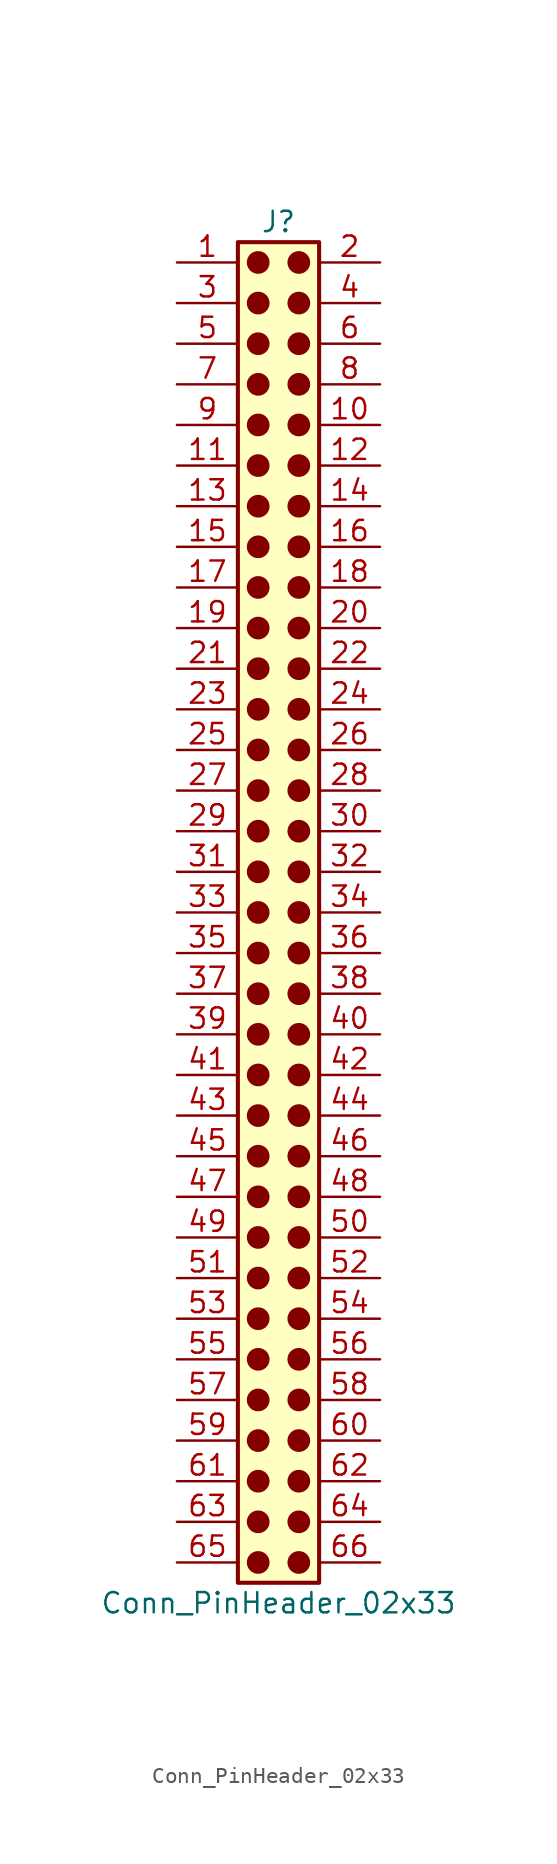
<source format=kicad_sym>
(kicad_symbol_lib
  (version 20241209)
  (generator "kicad_symbol_editor")
  (generator_version "9.0")
  (symbol "Conn_PinHeader_02x33"
    (pin_names
      (offset 1.016)
      (hide yes))
    (property "Reference" "J"
      (at 1.27 43.18 0)
      (effects (font (size 1.27 1.27))))
    (property "Value" "Conn_PinHeader_02x33"
      (at 1.27 -43.18 0)
      (effects (font (size 1.27 1.27))))
    (symbol "Conn_PinHeader_02x33_1_1"
      (rectangle (start -1.27 41.91) (end 3.81 -41.91) (stroke (width 0.254) (type default)) (fill (type background)))
      (circle (center 0 40.64) (radius 0.635) (stroke (width 0) (type solid) (color 132 0 0 1)) (fill (type outline)))
      (circle (center 0 38.1) (radius 0.635) (stroke (width 0) (type solid) (color 132 0 0 1)) (fill (type outline)))
      (circle (center 0 35.56) (radius 0.635) (stroke (width 0) (type solid) (color 132 0 0 1)) (fill (type outline)))
      (circle (center 0 33.02) (radius 0.635) (stroke (width 0) (type solid) (color 132 0 0 1)) (fill (type outline)))
      (circle (center 0 30.48) (radius 0.635) (stroke (width 0) (type solid) (color 132 0 0 1)) (fill (type outline)))
      (circle (center 0 27.94) (radius 0.635) (stroke (width 0) (type solid) (color 132 0 0 1)) (fill (type outline)))
      (circle (center 0 25.4) (radius 0.635) (stroke (width 0) (type solid) (color 132 0 0 1)) (fill (type outline)))
      (circle (center 0 22.86) (radius 0.635) (stroke (width 0) (type solid) (color 132 0 0 1)) (fill (type outline)))
      (circle (center 0 20.32) (radius 0.635) (stroke (width 0) (type solid) (color 132 0 0 1)) (fill (type outline)))
      (circle (center 0 17.78) (radius 0.635) (stroke (width 0) (type solid) (color 132 0 0 1)) (fill (type outline)))
      (circle (center 0 15.24) (radius 0.635) (stroke (width 0) (type solid) (color 132 0 0 1)) (fill (type outline)))
      (circle (center 0 12.7) (radius 0.635) (stroke (width 0) (type solid) (color 132 0 0 1)) (fill (type outline)))
      (circle (center 0 10.16) (radius 0.635) (stroke (width 0) (type solid) (color 132 0 0 1)) (fill (type outline)))
      (circle (center 0 7.62) (radius 0.635) (stroke (width 0) (type solid) (color 132 0 0 1)) (fill (type outline)))
      (circle (center 0 5.08) (radius 0.635) (stroke (width 0) (type solid) (color 132 0 0 1)) (fill (type outline)))
      (circle (center 0 2.54) (radius 0.635) (stroke (width 0) (type solid) (color 132 0 0 1)) (fill (type outline)))
      (circle (center 0 0) (radius 0.635) (stroke (width 0) (type solid) (color 132 0 0 1)) (fill (type outline)))
      (circle (center 0 -2.54) (radius 0.635) (stroke (width 0) (type solid) (color 132 0 0 1)) (fill (type outline)))
      (circle (center 0 -5.08) (radius 0.635) (stroke (width 0) (type solid) (color 132 0 0 1)) (fill (type outline)))
      (circle (center 0 -7.62) (radius 0.635) (stroke (width 0) (type solid) (color 132 0 0 1)) (fill (type outline)))
      (circle (center 0 -10.16) (radius 0.635) (stroke (width 0) (type solid) (color 132 0 0 1)) (fill (type outline)))
      (circle (center 0 -12.7) (radius 0.635) (stroke (width 0) (type solid) (color 132 0 0 1)) (fill (type outline)))
      (circle (center 0 -15.24) (radius 0.635) (stroke (width 0) (type solid) (color 132 0 0 1)) (fill (type outline)))
      (circle (center 0 -17.78) (radius 0.635) (stroke (width 0) (type solid) (color 132 0 0 1)) (fill (type outline)))
      (circle (center 0 -20.32) (radius 0.635) (stroke (width 0) (type solid) (color 132 0 0 1)) (fill (type outline)))
      (circle (center 0 -22.86) (radius 0.635) (stroke (width 0) (type solid) (color 132 0 0 1)) (fill (type outline)))
      (circle (center 0 -25.4) (radius 0.635) (stroke (width 0) (type solid) (color 132 0 0 1)) (fill (type outline)))
      (circle (center 0 -27.94) (radius 0.635) (stroke (width 0) (type solid) (color 132 0 0 1)) (fill (type outline)))
      (circle (center 0 -30.48) (radius 0.635) (stroke (width 0) (type solid) (color 132 0 0 1)) (fill (type outline)))
      (circle (center 0 -33.02) (radius 0.635) (stroke (width 0) (type solid) (color 132 0 0 1)) (fill (type outline)))
      (circle (center 0 -35.56) (radius 0.635) (stroke (width 0) (type solid) (color 132 0 0 1)) (fill (type outline)))
      (circle (center 0 -38.1) (radius 0.635) (stroke (width 0) (type solid) (color 132 0 0 1)) (fill (type outline)))
      (circle (center 0 -40.64) (radius 0.635) (stroke (width 0) (type solid) (color 132 0 0 1)) (fill (type outline)))
      (circle (center 2.54 40.64) (radius 0.635) (stroke (width 0) (type solid) (color 132 0 0 1)) (fill (type outline)))
      (circle (center 2.54 38.1) (radius 0.635) (stroke (width 0) (type solid) (color 132 0 0 1)) (fill (type outline)))
      (circle (center 2.54 35.56) (radius 0.635) (stroke (width 0) (type solid) (color 132 0 0 1)) (fill (type outline)))
      (circle (center 2.54 33.02) (radius 0.635) (stroke (width 0) (type solid) (color 132 0 0 1)) (fill (type outline)))
      (circle (center 2.54 30.48) (radius 0.635) (stroke (width 0) (type solid) (color 132 0 0 1)) (fill (type outline)))
      (circle (center 2.54 27.94) (radius 0.635) (stroke (width 0) (type solid) (color 132 0 0 1)) (fill (type outline)))
      (circle (center 2.54 25.4) (radius 0.635) (stroke (width 0) (type solid) (color 132 0 0 1)) (fill (type outline)))
      (circle (center 2.54 22.86) (radius 0.635) (stroke (width 0) (type solid) (color 132 0 0 1)) (fill (type outline)))
      (circle (center 2.54 20.32) (radius 0.635) (stroke (width 0) (type solid) (color 132 0 0 1)) (fill (type outline)))
      (circle (center 2.54 17.78) (radius 0.635) (stroke (width 0) (type solid) (color 132 0 0 1)) (fill (type outline)))
      (circle (center 2.54 15.24) (radius 0.635) (stroke (width 0) (type solid) (color 132 0 0 1)) (fill (type outline)))
      (circle (center 2.54 12.7) (radius 0.635) (stroke (width 0) (type solid) (color 132 0 0 1)) (fill (type outline)))
      (circle (center 2.54 10.16) (radius 0.635) (stroke (width 0) (type solid) (color 132 0 0 1)) (fill (type outline)))
      (circle (center 2.54 7.62) (radius 0.635) (stroke (width 0) (type solid) (color 132 0 0 1)) (fill (type outline)))
      (circle (center 2.54 5.08) (radius 0.635) (stroke (width 0) (type solid) (color 132 0 0 1)) (fill (type outline)))
      (circle (center 2.54 2.54) (radius 0.635) (stroke (width 0) (type solid) (color 132 0 0 1)) (fill (type outline)))
      (circle (center 2.54 0) (radius 0.635) (stroke (width 0) (type solid) (color 132 0 0 1)) (fill (type outline)))
      (circle (center 2.54 -2.54) (radius 0.635) (stroke (width 0) (type solid) (color 132 0 0 1)) (fill (type outline)))
      (circle (center 2.54 -5.08) (radius 0.635) (stroke (width 0) (type solid) (color 132 0 0 1)) (fill (type outline)))
      (circle (center 2.54 -7.62) (radius 0.635) (stroke (width 0) (type solid) (color 132 0 0 1)) (fill (type outline)))
      (circle (center 2.54 -10.16) (radius 0.635) (stroke (width 0) (type solid) (color 132 0 0 1)) (fill (type outline)))
      (circle (center 2.54 -12.7) (radius 0.635) (stroke (width 0) (type solid) (color 132 0 0 1)) (fill (type outline)))
      (circle (center 2.54 -15.24) (radius 0.635) (stroke (width 0) (type solid) (color 132 0 0 1)) (fill (type outline)))
      (circle (center 2.54 -17.78) (radius 0.635) (stroke (width 0) (type solid) (color 132 0 0 1)) (fill (type outline)))
      (circle (center 2.54 -20.32) (radius 0.635) (stroke (width 0) (type solid) (color 132 0 0 1)) (fill (type outline)))
      (circle (center 2.54 -22.86) (radius 0.635) (stroke (width 0) (type solid) (color 132 0 0 1)) (fill (type outline)))
      (circle (center 2.54 -25.4) (radius 0.635) (stroke (width 0) (type solid) (color 132 0 0 1)) (fill (type outline)))
      (circle (center 2.54 -27.94) (radius 0.635) (stroke (width 0) (type solid) (color 132 0 0 1)) (fill (type outline)))
      (circle (center 2.54 -30.48) (radius 0.635) (stroke (width 0) (type solid) (color 132 0 0 1)) (fill (type outline)))
      (circle (center 2.54 -33.02) (radius 0.635) (stroke (width 0) (type solid) (color 132 0 0 1)) (fill (type outline)))
      (circle (center 2.54 -35.56) (radius 0.635) (stroke (width 0) (type solid) (color 132 0 0 1)) (fill (type outline)))
      (circle (center 2.54 -38.1) (radius 0.635) (stroke (width 0) (type solid) (color 132 0 0 1)) (fill (type outline)))
      (circle (center 2.54 -40.64) (radius 0.635) (stroke (width 0) (type solid) (color 132 0 0 1)) (fill (type outline)))
      (pin passive line (at -5.08 40.64 0) (length 3.81) (name "Pin_1" (effects (font (size 1.27 1.27)))) (number "1" (effects (font (size 1.27 1.27)))))
      (pin passive line (at -5.08 38.1 0) (length 3.81) (name "Pin_3" (effects (font (size 1.27 1.27)))) (number "3" (effects (font (size 1.27 1.27)))))
      (pin passive line (at -5.08 35.56 0) (length 3.81) (name "Pin_5" (effects (font (size 1.27 1.27)))) (number "5" (effects (font (size 1.27 1.27)))))
      (pin passive line (at -5.08 33.02 0) (length 3.81) (name "Pin_7" (effects (font (size 1.27 1.27)))) (number "7" (effects (font (size 1.27 1.27)))))
      (pin passive line (at -5.08 30.48 0) (length 3.81) (name "Pin_9" (effects (font (size 1.27 1.27)))) (number "9" (effects (font (size 1.27 1.27)))))
      (pin passive line (at -5.08 27.94 0) (length 3.81) (name "Pin_11" (effects (font (size 1.27 1.27)))) (number "11" (effects (font (size 1.27 1.27)))))
      (pin passive line (at -5.08 25.4 0) (length 3.81) (name "Pin_13" (effects (font (size 1.27 1.27)))) (number "13" (effects (font (size 1.27 1.27)))))
      (pin passive line (at -5.08 22.86 0) (length 3.81) (name "Pin_15" (effects (font (size 1.27 1.27)))) (number "15" (effects (font (size 1.27 1.27)))))
      (pin passive line (at -5.08 20.32 0) (length 3.81) (name "Pin_17" (effects (font (size 1.27 1.27)))) (number "17" (effects (font (size 1.27 1.27)))))
      (pin passive line (at -5.08 17.78 0) (length 3.81) (name "Pin_19" (effects (font (size 1.27 1.27)))) (number "19" (effects (font (size 1.27 1.27)))))
      (pin passive line (at -5.08 15.24 0) (length 3.81) (name "Pin_21" (effects (font (size 1.27 1.27)))) (number "21" (effects (font (size 1.27 1.27)))))
      (pin passive line (at -5.08 12.7 0) (length 3.81) (name "Pin_23" (effects (font (size 1.27 1.27)))) (number "23" (effects (font (size 1.27 1.27)))))
      (pin passive line (at -5.08 10.16 0) (length 3.81) (name "Pin_25" (effects (font (size 1.27 1.27)))) (number "25" (effects (font (size 1.27 1.27)))))
      (pin passive line (at -5.08 7.62 0) (length 3.81) (name "Pin_27" (effects (font (size 1.27 1.27)))) (number "27" (effects (font (size 1.27 1.27)))))
      (pin passive line (at -5.08 5.08 0) (length 3.81) (name "Pin_29" (effects (font (size 1.27 1.27)))) (number "29" (effects (font (size 1.27 1.27)))))
      (pin passive line (at -5.08 2.54 0) (length 3.81) (name "Pin_31" (effects (font (size 1.27 1.27)))) (number "31" (effects (font (size 1.27 1.27)))))
      (pin passive line (at -5.08 0 0) (length 3.81) (name "Pin_33" (effects (font (size 1.27 1.27)))) (number "33" (effects (font (size 1.27 1.27)))))
      (pin passive line (at -5.08 -2.54 0) (length 3.81) (name "Pin_35" (effects (font (size 1.27 1.27)))) (number "35" (effects (font (size 1.27 1.27)))))
      (pin passive line (at -5.08 -5.08 0) (length 3.81) (name "Pin_37" (effects (font (size 1.27 1.27)))) (number "37" (effects (font (size 1.27 1.27)))))
      (pin passive line (at -5.08 -7.62 0) (length 3.81) (name "Pin_39" (effects (font (size 1.27 1.27)))) (number "39" (effects (font (size 1.27 1.27)))))
      (pin passive line (at -5.08 -10.16 0) (length 3.81) (name "Pin_41" (effects (font (size 1.27 1.27)))) (number "41" (effects (font (size 1.27 1.27)))))
      (pin passive line (at -5.08 -12.7 0) (length 3.81) (name "Pin_43" (effects (font (size 1.27 1.27)))) (number "43" (effects (font (size 1.27 1.27)))))
      (pin passive line (at -5.08 -15.24 0) (length 3.81) (name "Pin_45" (effects (font (size 1.27 1.27)))) (number "45" (effects (font (size 1.27 1.27)))))
      (pin passive line (at -5.08 -17.78 0) (length 3.81) (name "Pin_47" (effects (font (size 1.27 1.27)))) (number "47" (effects (font (size 1.27 1.27)))))
      (pin passive line (at -5.08 -20.32 0) (length 3.81) (name "Pin_49" (effects (font (size 1.27 1.27)))) (number "49" (effects (font (size 1.27 1.27)))))
      (pin passive line (at -5.08 -22.86 0) (length 3.81) (name "Pin_51" (effects (font (size 1.27 1.27)))) (number "51" (effects (font (size 1.27 1.27)))))
      (pin passive line (at -5.08 -25.4 0) (length 3.81) (name "Pin_53" (effects (font (size 1.27 1.27)))) (number "53" (effects (font (size 1.27 1.27)))))
      (pin passive line (at -5.08 -27.94 0) (length 3.81) (name "Pin_55" (effects (font (size 1.27 1.27)))) (number "55" (effects (font (size 1.27 1.27)))))
      (pin passive line (at -5.08 -30.48 0) (length 3.81) (name "Pin_57" (effects (font (size 1.27 1.27)))) (number "57" (effects (font (size 1.27 1.27)))))
      (pin passive line (at -5.08 -33.02 0) (length 3.81) (name "Pin_59" (effects (font (size 1.27 1.27)))) (number "59" (effects (font (size 1.27 1.27)))))
      (pin passive line (at -5.08 -35.56 0) (length 3.81) (name "Pin_61" (effects (font (size 1.27 1.27)))) (number "61" (effects (font (size 1.27 1.27)))))
      (pin passive line (at -5.08 -38.1 0) (length 3.81) (name "Pin_63" (effects (font (size 1.27 1.27)))) (number "63" (effects (font (size 1.27 1.27)))))
      (pin passive line (at -5.08 -40.64 0) (length 3.81) (name "Pin_65" (effects (font (size 1.27 1.27)))) (number "65" (effects (font (size 1.27 1.27)))))
      (pin passive line (at 7.62 40.64 180) (length 3.81) (name "Pin_2" (effects (font (size 1.27 1.27)))) (number "2" (effects (font (size 1.27 1.27)))))
      (pin passive line (at 7.62 38.1 180) (length 3.81) (name "Pin_4" (effects (font (size 1.27 1.27)))) (number "4" (effects (font (size 1.27 1.27)))))
      (pin passive line (at 7.62 35.56 180) (length 3.81) (name "Pin_6" (effects (font (size 1.27 1.27)))) (number "6" (effects (font (size 1.27 1.27)))))
      (pin passive line (at 7.62 33.02 180) (length 3.81) (name "Pin_8" (effects (font (size 1.27 1.27)))) (number "8" (effects (font (size 1.27 1.27)))))
      (pin passive line (at 7.62 30.48 180) (length 3.81) (name "Pin_10" (effects (font (size 1.27 1.27)))) (number "10" (effects (font (size 1.27 1.27)))))
      (pin passive line (at 7.62 27.94 180) (length 3.81) (name "Pin_12" (effects (font (size 1.27 1.27)))) (number "12" (effects (font (size 1.27 1.27)))))
      (pin passive line (at 7.62 25.4 180) (length 3.81) (name "Pin_14" (effects (font (size 1.27 1.27)))) (number "14" (effects (font (size 1.27 1.27)))))
      (pin passive line (at 7.62 22.86 180) (length 3.81) (name "Pin_16" (effects (font (size 1.27 1.27)))) (number "16" (effects (font (size 1.27 1.27)))))
      (pin passive line (at 7.62 20.32 180) (length 3.81) (name "Pin_18" (effects (font (size 1.27 1.27)))) (number "18" (effects (font (size 1.27 1.27)))))
      (pin passive line (at 7.62 17.78 180) (length 3.81) (name "Pin_20" (effects (font (size 1.27 1.27)))) (number "20" (effects (font (size 1.27 1.27)))))
      (pin passive line (at 7.62 15.24 180) (length 3.81) (name "Pin_22" (effects (font (size 1.27 1.27)))) (number "22" (effects (font (size 1.27 1.27)))))
      (pin passive line (at 7.62 12.7 180) (length 3.81) (name "Pin_24" (effects (font (size 1.27 1.27)))) (number "24" (effects (font (size 1.27 1.27)))))
      (pin passive line (at 7.62 10.16 180) (length 3.81) (name "Pin_26" (effects (font (size 1.27 1.27)))) (number "26" (effects (font (size 1.27 1.27)))))
      (pin passive line (at 7.62 7.62 180) (length 3.81) (name "Pin_28" (effects (font (size 1.27 1.27)))) (number "28" (effects (font (size 1.27 1.27)))))
      (pin passive line (at 7.62 5.08 180) (length 3.81) (name "Pin_30" (effects (font (size 1.27 1.27)))) (number "30" (effects (font (size 1.27 1.27)))))
      (pin passive line (at 7.62 2.54 180) (length 3.81) (name "Pin_32" (effects (font (size 1.27 1.27)))) (number "32" (effects (font (size 1.27 1.27)))))
      (pin passive line (at 7.62 0 180) (length 3.81) (name "Pin_34" (effects (font (size 1.27 1.27)))) (number "34" (effects (font (size 1.27 1.27)))))
      (pin passive line (at 7.62 -2.54 180) (length 3.81) (name "Pin_36" (effects (font (size 1.27 1.27)))) (number "36" (effects (font (size 1.27 1.27)))))
      (pin passive line (at 7.62 -5.08 180) (length 3.81) (name "Pin_38" (effects (font (size 1.27 1.27)))) (number "38" (effects (font (size 1.27 1.27)))))
      (pin passive line (at 7.62 -7.62 180) (length 3.81) (name "Pin_40" (effects (font (size 1.27 1.27)))) (number "40" (effects (font (size 1.27 1.27)))))
      (pin passive line (at 7.62 -10.16 180) (length 3.81) (name "Pin_42" (effects (font (size 1.27 1.27)))) (number "42" (effects (font (size 1.27 1.27)))))
      (pin passive line (at 7.62 -12.7 180) (length 3.81) (name "Pin_44" (effects (font (size 1.27 1.27)))) (number "44" (effects (font (size 1.27 1.27)))))
      (pin passive line (at 7.62 -15.24 180) (length 3.81) (name "Pin_46" (effects (font (size 1.27 1.27)))) (number "46" (effects (font (size 1.27 1.27)))))
      (pin passive line (at 7.62 -17.78 180) (length 3.81) (name "Pin_48" (effects (font (size 1.27 1.27)))) (number "48" (effects (font (size 1.27 1.27)))))
      (pin passive line (at 7.62 -20.32 180) (length 3.81) (name "Pin_50" (effects (font (size 1.27 1.27)))) (number "50" (effects (font (size 1.27 1.27)))))
      (pin passive line (at 7.62 -22.86 180) (length 3.81) (name "Pin_52" (effects (font (size 1.27 1.27)))) (number "52" (effects (font (size 1.27 1.27)))))
      (pin passive line (at 7.62 -25.4 180) (length 3.81) (name "Pin_54" (effects (font (size 1.27 1.27)))) (number "54" (effects (font (size 1.27 1.27)))))
      (pin passive line (at 7.62 -27.94 180) (length 3.81) (name "Pin_56" (effects (font (size 1.27 1.27)))) (number "56" (effects (font (size 1.27 1.27)))))
      (pin passive line (at 7.62 -30.48 180) (length 3.81) (name "Pin_58" (effects (font (size 1.27 1.27)))) (number "58" (effects (font (size 1.27 1.27)))))
      (pin passive line (at 7.62 -33.02 180) (length 3.81) (name "Pin_60" (effects (font (size 1.27 1.27)))) (number "60" (effects (font (size 1.27 1.27)))))
      (pin passive line (at 7.62 -35.56 180) (length 3.81) (name "Pin_62" (effects (font (size 1.27 1.27)))) (number "62" (effects (font (size 1.27 1.27)))))
      (pin passive line (at 7.62 -38.1 180) (length 3.81) (name "Pin_64" (effects (font (size 1.27 1.27)))) (number "64" (effects (font (size 1.27 1.27)))))
      (pin passive line (at 7.62 -40.64 180) (length 3.81) (name "Pin_66" (effects (font (size 1.27 1.27)))) (number "66" (effects (font (size 1.27 1.27))))))))
</source>
